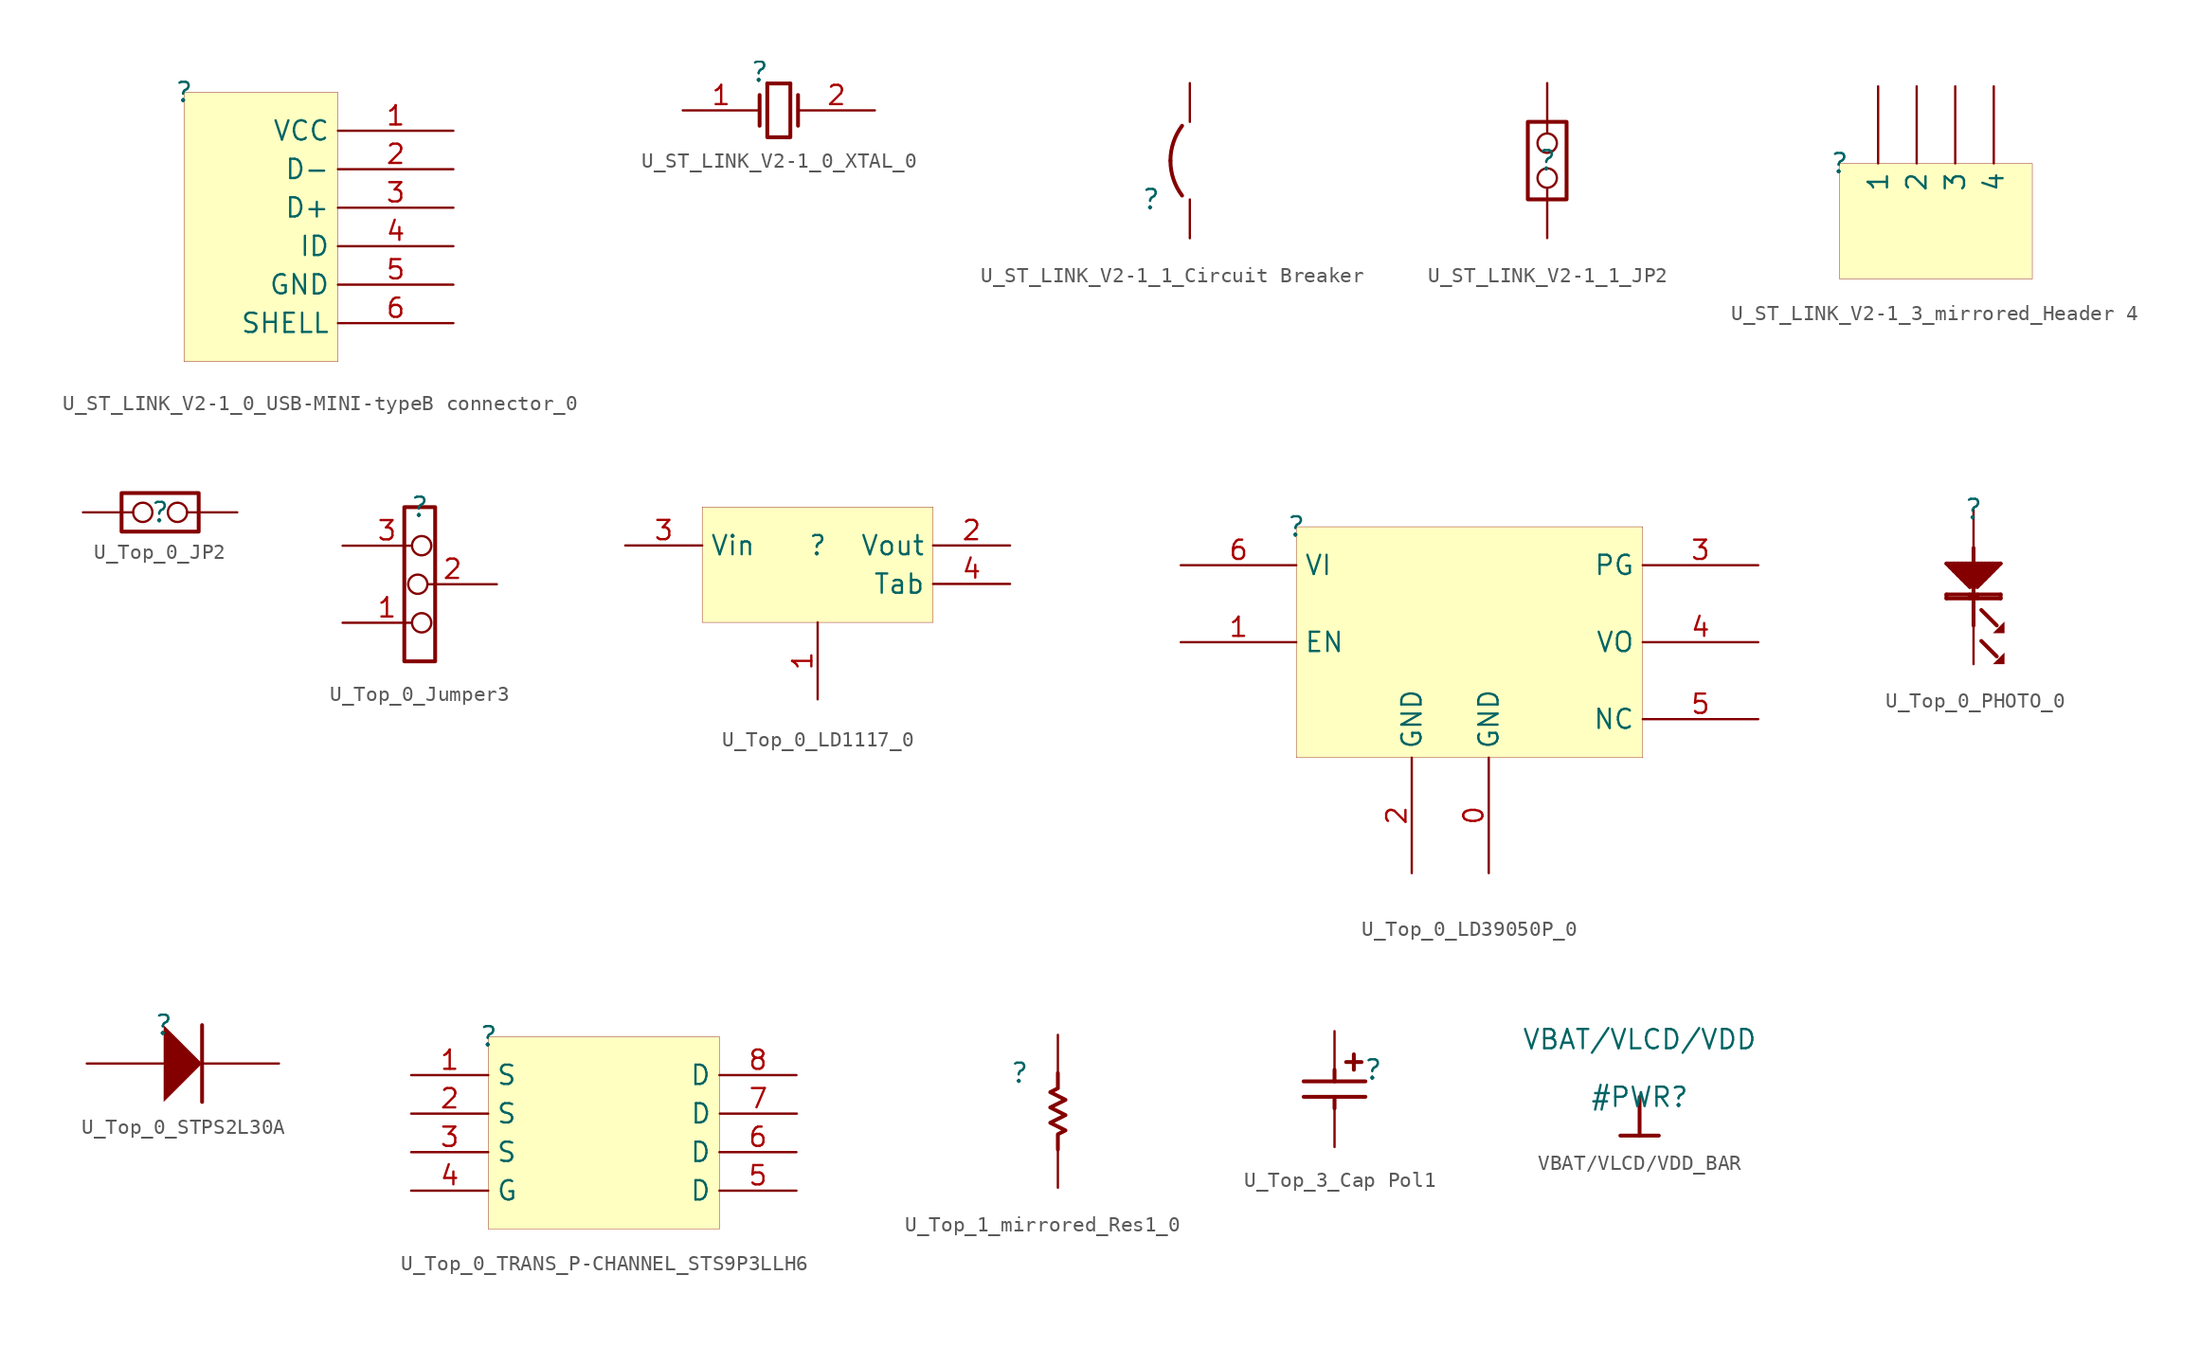
<source format=kicad_sym>
(kicad_symbol_lib
  (version 20231120)
  (generator "kicad_symbol_editor")
  (generator_version "8.0")
  (symbol "U_ST_LINK_V2-1_0_USB-MINI-typeB connector_0"
    (property "Reference" ""
      (at 0 0 0)
      (effects (font (size 1.27 1.27))))
    (property "Value" ""
      (at 0 0 0)
      (effects (font (size 1.27 1.27))))
    (symbol "U_ST_LINK_V2-1_0_USB-MINI-typeB connector_0_1_0"
      (rectangle (start 10.16 0) (end 0 -17.78) (stroke (width 0.025) (type solid) (color 128 0 0 1)) (fill (type background)))
      (pin power_in line (at 17.78 -2.54 180) (length 7.62) (name "VCC" (effects (font (size 1.27 1.27)))) (number "1" (effects (font (size 1.27 1.27)))))
      (pin bidirectional line (at 17.78 -5.08 180) (length 7.62) (name "D-" (effects (font (size 1.27 1.27)))) (number "2" (effects (font (size 1.27 1.27)))))
      (pin bidirectional line (at 17.78 -7.62 180) (length 7.62) (name "D+" (effects (font (size 1.27 1.27)))) (number "3" (effects (font (size 1.27 1.27)))))
      (pin input line (at 17.78 -10.16 180) (length 7.62) (name "ID" (effects (font (size 1.27 1.27)))) (number "4" (effects (font (size 1.27 1.27)))))
      (pin power_in line (at 17.78 -12.7 180) (length 7.62) (name "GND" (effects (font (size 1.27 1.27)))) (number "5" (effects (font (size 1.27 1.27)))))
      (pin power_in line (at 17.78 -15.24 180) (length 7.62) (name "SHELL" (effects (font (size 1.27 1.27)))) (number "6" (effects (font (size 1.27 1.27)))))))
  (symbol "U_ST_LINK_V2-1_0_XTAL_0"
    (property "Reference" ""
      (at 0 0 0)
      (effects (font (size 1.27 1.27))))
    (property "Value" ""
      (at 0 0 0)
      (effects (font (size 1.27 1.27))))
    (symbol "U_ST_LINK_V2-1_0_XTAL_0_1_0"
      (polyline (pts (xy 0 -1.524) (xy 0 -3.556)) (stroke (width 0.254) (type solid)) (fill (type none)))
      (polyline (pts (xy 0.508 -0.762) (xy 2.032 -0.762)) (stroke (width 0.254) (type solid)) (fill (type none)))
      (polyline (pts (xy 2.54 -1.524) (xy 2.54 -3.556)) (stroke (width 0.254) (type solid)) (fill (type none)))
      (polyline (pts (xy 2.032 -0.762) (xy 2.032 -4.318) (xy 0.508 -4.318) (xy 0.508 -0.762)) (stroke (width 0.254) (type solid)) (fill (type none)))
      (pin passive line (at -5.08 -2.54 0) (length 5.08) (name "OSC1" (effects (font (size 0 0)))) (number "1" (effects (font (size 1.27 1.27)))))
      (pin passive line (at 7.62 -2.54 180) (length 5.08) (name "OSC2" (effects (font (size 0 0)))) (number "2" (effects (font (size 1.27 1.27)))))))
  (symbol "U_ST_LINK_V2-1_1_Circuit Breaker"
    (property "Reference" ""
      (at 0 0 0)
      (effects (font (size 1.27 1.27))))
    (property "Value" ""
      (at 0 0 0)
      (effects (font (size 1.27 1.27))))
    (symbol "U_ST_LINK_V2-1_1_Circuit Breaker_1_0"
      (arc (start 1.27 2.54) (mid 1.4655 1.3352) (end 2.032 0.254) (stroke (width 0.254) (type solid)) (fill (type none)))
      (arc (start 2.032 4.826) (mid 1.4655 3.7448) (end 1.27 2.54) (stroke (width 0.254) (type solid)) (fill (type none)))
      (pin passive line (at 2.54 -2.54 90) (length 2.54) (name "1" (effects (font (size 0 0)))) (number "1" (effects (font (size 0 0)))))
      (pin passive line (at 2.54 7.62 270) (length 2.54) (name "2" (effects (font (size 0 0)))) (number "2" (effects (font (size 0 0)))))))
  (symbol "U_ST_LINK_V2-1_1_JP2"
    (property "Reference" ""
      (at 0 0 0)
      (effects (font (size 1.27 1.27))))
    (property "Value" ""
      (at 0 0 0)
      (effects (font (size 1.27 1.27))))
    (symbol "U_ST_LINK_V2-1_1_JP2_1_0"
      (polyline (pts (xy -1.27 -2.54) (xy -1.27 2.54) (xy 1.27 2.54) (xy 1.27 -2.54) (xy -1.27 -2.54)) (stroke (width 0.254) (type solid)) (fill (type none)))
      (pin passive inverted (at 0 -5.08 90) (length 4.572) (name "COMMON" (effects (font (size 0 0)))) (number "1" (effects (font (size 0 0)))))
      (pin passive inverted (at 0 5.08 270) (length 4.572) (name "NO" (effects (font (size 0 0)))) (number "2" (effects (font (size 0 0)))))))
  (symbol "U_ST_LINK_V2-1_3_mirrored_Header 4"
    (property "Reference" ""
      (at 0 0 0)
      (effects (font (size 1.27 1.27))))
    (property "Value" ""
      (at 0 0 0)
      (effects (font (size 1.27 1.27))))
    (symbol "U_ST_LINK_V2-1_3_mirrored_Header 4_1_0"
      (rectangle (start 12.7 0) (end 0 -7.62) (stroke (width 0.025) (type solid) (color 128 0 0 1)) (fill (type background)))
      (pin passive line (at 2.54 5.08 270) (length 5.08) (name "1" (effects (font (size 1.27 1.27)))) (number "1" (effects (font (size 0 0)))))
      (pin passive line (at 5.08 5.08 270) (length 5.08) (name "2" (effects (font (size 1.27 1.27)))) (number "2" (effects (font (size 0 0)))))
      (pin passive line (at 7.62 5.08 270) (length 5.08) (name "3" (effects (font (size 1.27 1.27)))) (number "3" (effects (font (size 0 0)))))
      (pin passive line (at 10.16 5.08 270) (length 5.08) (name "4" (effects (font (size 1.27 1.27)))) (number "4" (effects (font (size 0 0)))))))
  (symbol "U_Top_0_JP2"
    (property "Reference" ""
      (at 0 0 0)
      (effects (font (size 1.27 1.27))))
    (property "Value" ""
      (at 0 0 0)
      (effects (font (size 1.27 1.27))))
    (symbol "U_Top_0_JP2_1_0"
      (polyline (pts (xy -2.54 1.27) (xy 2.54 1.27) (xy 2.54 -1.27) (xy -2.54 -1.27) (xy -2.54 1.27)) (stroke (width 0.254) (type solid)) (fill (type none)))
      (pin passive inverted (at -5.08 0 0) (length 4.572) (name "COMMON" (effects (font (size 0 0)))) (number "1" (effects (font (size 0 0)))))
      (pin passive inverted (at 5.08 0 180) (length 4.572) (name "NO" (effects (font (size 0 0)))) (number "2" (effects (font (size 0 0)))))))
  (symbol "U_Top_0_Jumper3"
    (property "Reference" ""
      (at 0 0 0)
      (effects (font (size 1.27 1.27))))
    (property "Value" ""
      (at 0 0 0)
      (effects (font (size 1.27 1.27))))
    (symbol "U_Top_0_Jumper3_1_0"
      (polyline (pts (xy 1.016 0) (xy -1.016 0) (xy -1.016 -10.16) (xy 1.016 -10.16) (xy 1.016 0)) (stroke (width 0.254) (type solid)) (fill (type none)))
      (pin passive inverted (at -5.08 -7.62 0) (length 5.842) (name "" (effects (font (size 0 0)))) (number "1" (effects (font (size 1.27 1.27)))))
      (pin passive inverted (at 5.08 -5.08 180) (length 5.842) (name "" (effects (font (size 0 0)))) (number "2" (effects (font (size 1.27 1.27)))))
      (pin passive inverted (at -5.08 -2.54 0) (length 5.842) (name "" (effects (font (size 0 0)))) (number "3" (effects (font (size 1.27 1.27)))))))
  (symbol "U_Top_0_LD1117_0"
    (property "Reference" ""
      (at 0 0 0)
      (effects (font (size 1.27 1.27))))
    (property "Value" ""
      (at 0 0 0)
      (effects (font (size 1.27 1.27))))
    (symbol "U_Top_0_LD1117_0_1_0"
      (rectangle (start 7.62 2.54) (end -7.62 -5.08) (stroke (width 0.025) (type solid) (color 128 0 0 1)) (fill (type background)))
      (pin passive line (at 0 -10.16 90) (length 5.08) (name "" (effects (font (size 1.27 1.27)))) (number "1" (effects (font (size 1.27 1.27)))))
      (pin power_in line (at 12.7 0 180) (length 5.08) (name "Vout" (effects (font (size 1.27 1.27)))) (number "2" (effects (font (size 1.27 1.27)))))
      (pin input line (at -12.7 0 0) (length 5.08) (name "Vin" (effects (font (size 1.27 1.27)))) (number "3" (effects (font (size 1.27 1.27)))))
      (pin power_in line (at 12.7 -2.54 180) (length 5.08) (name "Tab" (effects (font (size 1.27 1.27)))) (number "4" (effects (font (size 1.27 1.27)))))))
  (symbol "U_Top_0_LD39050P_0"
    (property "Reference" ""
      (at 0 0 0)
      (effects (font (size 1.27 1.27))))
    (property "Value" ""
      (at 0 0 0)
      (effects (font (size 1.27 1.27))))
    (symbol "U_Top_0_LD39050P_0_1_0"
      (rectangle (start 22.86 0) (end 0 -15.24) (stroke (width 0.025) (type solid) (color 128 0 0 1)) (fill (type background)))
      (pin passive line (at 12.7 -22.86 90) (length 7.62) (name "GND" (effects (font (size 1.27 1.27)))) (number "0" (effects (font (size 1.27 1.27)))))
      (pin passive line (at -7.62 -7.62 0) (length 7.62) (name "EN" (effects (font (size 1.27 1.27)))) (number "1" (effects (font (size 1.27 1.27)))))
      (pin passive line (at 7.62 -22.86 90) (length 7.62) (name "GND" (effects (font (size 1.27 1.27)))) (number "2" (effects (font (size 1.27 1.27)))))
      (pin passive line (at 30.48 -2.54 180) (length 7.62) (name "PG" (effects (font (size 1.27 1.27)))) (number "3" (effects (font (size 1.27 1.27)))))
      (pin passive line (at 30.48 -7.62 180) (length 7.62) (name "VO" (effects (font (size 1.27 1.27)))) (number "4" (effects (font (size 1.27 1.27)))))
      (pin passive line (at 30.48 -12.7 180) (length 7.62) (name "NC" (effects (font (size 1.27 1.27)))) (number "5" (effects (font (size 1.27 1.27)))))
      (pin passive line (at -7.62 -2.54 0) (length 7.62) (name "VI" (effects (font (size 1.27 1.27)))) (number "6" (effects (font (size 1.27 1.27)))))))
  (symbol "U_Top_0_PHOTO_0"
    (property "Reference" ""
      (at 0 0 0)
      (effects (font (size 1.27 1.27))))
    (property "Value" ""
      (at 0 0 0)
      (effects (font (size 1.27 1.27))))
    (symbol "U_Top_0_PHOTO_0_1_0"
      (polyline (pts (xy -1.778 -5.588) (xy -1.778 -5.842)) (stroke (width 0.254) (type solid)) (fill (type none)))
      (polyline (pts (xy -1.27 -3.556) (xy -1.27 -4.064)) (stroke (width 0.254) (type solid)) (fill (type none)))
      (polyline (pts (xy -1.016 -3.556) (xy -1.016 -4.318)) (stroke (width 0.254) (type solid)) (fill (type none)))
      (polyline (pts (xy -0.762 -3.556) (xy -0.762 -4.572)) (stroke (width 0.254) (type solid)) (fill (type none)))
      (polyline (pts (xy -0.508 -3.556) (xy -0.508 -4.826)) (stroke (width 0.254) (type solid)) (fill (type none)))
      (polyline (pts (xy -0.254 -5.588) (xy -0.254 -5.842)) (stroke (width 0.254) (type solid)) (fill (type none)))
      (polyline (pts (xy -0.254 -5.08) (xy -1.778 -3.556)) (stroke (width 0.254) (type solid)) (fill (type none)))
      (polyline (pts (xy -0.254 -3.556) (xy -0.254 -5.08)) (stroke (width 0.254) (type solid)) (fill (type none)))
      (polyline (pts (xy 0 -2.54) (xy 0 -7.62)) (stroke (width 0.254) (type solid)) (fill (type none)))
      (polyline (pts (xy 0.254 -5.588) (xy 0.254 -5.842)) (stroke (width 0.254) (type solid)) (fill (type none)))
      (polyline (pts (xy 0.254 -5.08) (xy -0.254 -5.08)) (stroke (width 0.254) (type solid)) (fill (type none)))
      (polyline (pts (xy 0.254 -3.556) (xy 0.254 -5.08)) (stroke (width 0.254) (type solid)) (fill (type none)))
      (polyline (pts (xy 0.508 -8.636) (xy 1.524 -9.652)) (stroke (width 0.254) (type solid)) (fill (type none)))
      (polyline (pts (xy 0.508 -6.604) (xy 1.524 -7.62)) (stroke (width 0.254) (type solid)) (fill (type none)))
      (polyline (pts (xy 0.508 -4.826) (xy -0.508 -4.826)) (stroke (width 0.254) (type solid)) (fill (type none)))
      (polyline (pts (xy 0.508 -3.556) (xy 0.508 -4.826)) (stroke (width 0.254) (type solid)) (fill (type none)))
      (polyline (pts (xy 0.762 -4.572) (xy -0.762 -4.572)) (stroke (width 0.254) (type solid)) (fill (type none)))
      (polyline (pts (xy 0.762 -3.556) (xy 0.762 -4.572)) (stroke (width 0.254) (type solid)) (fill (type none)))
      (polyline (pts (xy 1.016 -4.318) (xy -1.016 -4.318)) (stroke (width 0.254) (type solid)) (fill (type none)))
      (polyline (pts (xy 1.016 -3.556) (xy 1.016 -4.318)) (stroke (width 0.254) (type solid)) (fill (type none)))
      (polyline (pts (xy 1.27 -4.064) (xy -1.27 -4.064)) (stroke (width 0.254) (type solid)) (fill (type none)))
      (polyline (pts (xy 1.27 -3.556) (xy 1.27 -4.064)) (stroke (width 0.254) (type solid)) (fill (type none)))
      (polyline (pts (xy 1.524 -3.81) (xy -1.524 -3.81)) (stroke (width 0.254) (type solid)) (fill (type none)))
      (polyline (pts (xy 1.778 -5.842) (xy -1.778 -5.842)) (stroke (width 0.254) (type solid)) (fill (type none)))
      (polyline (pts (xy 1.778 -5.588) (xy -1.778 -5.588)) (stroke (width 0.254) (type solid)) (fill (type none)))
      (polyline (pts (xy 1.778 -5.588) (xy 1.778 -5.842)) (stroke (width 0.254) (type solid)) (fill (type none)))
      (polyline (pts (xy 1.778 -3.556) (xy -1.778 -3.556)) (stroke (width 0.254) (type solid)) (fill (type none)))
      (polyline (pts (xy 1.778 -3.556) (xy 0.254 -5.08)) (stroke (width 0.254) (type solid)) (fill (type none)))
      (polyline (pts (xy 2.032 -9.398) (xy 2.032 -10.16) (xy 1.27 -10.16) (xy 2.032 -9.398)) (stroke (width -0.0001) (type solid)) (fill (type outline)))
      (polyline (pts (xy 2.032 -7.366) (xy 2.032 -8.128) (xy 1.27 -8.128) (xy 2.032 -7.366)) (stroke (width -0.0001) (type solid)) (fill (type outline)))
      (pin passive line (at 0 0 270) (length 2.54) (name "" (effects (font (size 0 0)))) (number "1" (effects (font (size 0 0)))))
      (pin passive line (at 0 -10.16 90) (length 2.54) (name "" (effects (font (size 0 0)))) (number "2" (effects (font (size 0 0)))))))
  (symbol "U_Top_0_STPS2L30A"
    (property "Reference" ""
      (at 0 0 0)
      (effects (font (size 1.27 1.27))))
    (property "Value" ""
      (at 0 0 0)
      (effects (font (size 1.27 1.27))))
    (symbol "U_Top_0_STPS2L30A_1_0"
      (polyline (pts (xy 2.54 0) (xy 2.54 -5.08)) (stroke (width 0.254) (type solid)) (fill (type none)))
      (polyline (pts (xy 0 -5.08) (xy 2.54 -2.54) (xy 0 0) (xy 0 -5.08)) (stroke (width -0.0001) (type solid)) (fill (type outline)))
      (pin passive line (at -5.08 -2.54 0) (length 5.08) (name "A" (effects (font (size 0 0)))) (number "1" (effects (font (size 0 0)))))
      (pin passive line (at 7.62 -2.54 180) (length 5.08) (name "K" (effects (font (size 0 0)))) (number "2" (effects (font (size 0 0)))))))
  (symbol "U_Top_0_TRANS_P-CHANNEL_STS9P3LLH6"
    (property "Reference" ""
      (at 0 0 0)
      (effects (font (size 1.27 1.27))))
    (property "Value" ""
      (at 0 0 0)
      (effects (font (size 1.27 1.27))))
    (symbol "U_Top_0_TRANS_P-CHANNEL_STS9P3LLH6_1_0"
      (rectangle (start 15.214 -0.001) (end -0.026 -12.701) (stroke (width 0.025) (type solid) (color 128 0 0 1)) (fill (type background)))
      (pin passive line (at -5.106 -2.541 0) (length 5.08) (name "S" (effects (font (size 1.27 1.27)))) (number "1" (effects (font (size 1.27 1.27)))))
      (pin passive line (at -5.106 -5.081 0) (length 5.08) (name "S" (effects (font (size 1.27 1.27)))) (number "2" (effects (font (size 1.27 1.27)))))
      (pin passive line (at -5.106 -7.621 0) (length 5.08) (name "S" (effects (font (size 1.27 1.27)))) (number "3" (effects (font (size 1.27 1.27)))))
      (pin passive line (at -5.106 -10.161 0) (length 5.08) (name "G" (effects (font (size 1.27 1.27)))) (number "4" (effects (font (size 1.27 1.27)))))
      (pin passive line (at 20.294 -10.161 180) (length 5.08) (name "D" (effects (font (size 1.27 1.27)))) (number "5" (effects (font (size 1.27 1.27)))))
      (pin passive line (at 20.294 -7.621 180) (length 5.08) (name "D" (effects (font (size 1.27 1.27)))) (number "6" (effects (font (size 1.27 1.27)))))
      (pin passive line (at 20.32 -5.08 180) (length 5.08) (name "D" (effects (font (size 1.27 1.27)))) (number "7" (effects (font (size 1.27 1.27)))))
      (pin passive line (at 20.294 -2.541 180) (length 5.08) (name "D" (effects (font (size 1.27 1.27)))) (number "8" (effects (font (size 1.27 1.27)))))))
  (symbol "U_Top_1_mirrored_Res1_0"
    (property "Reference" ""
      (at 0 0 0)
      (effects (font (size 1.27 1.27))))
    (property "Value" ""
      (at 0 0 0)
      (effects (font (size 1.27 1.27))))
    (symbol "U_Top_1_mirrored_Res1_0_1_0"
      (polyline (pts (xy 2.54 -5.08) (xy 2.54 -4.064) (xy 3.048 -3.81) (xy 2.032 -3.302) (xy 3.048 -2.794) (xy 2.032 -2.286) (xy 3.048 -1.778) (xy 2.032 -1.27) (xy 2.54 -1.016) (xy 2.54 0)) (stroke (width 0.254) (type solid)) (fill (type none)))
      (pin passive line (at 2.54 2.54 270) (length 2.54) (name "1" (effects (font (size 0 0)))) (number "1" (effects (font (size 0 0)))))
      (pin passive line (at 2.54 -7.62 90) (length 2.54) (name "2" (effects (font (size 0 0)))) (number "2" (effects (font (size 0 0)))))))
  (symbol "U_Top_3_Cap Pol1"
    (property "Reference" ""
      (at 0 0 0)
      (effects (font (size 1.27 1.27))))
    (property "Value" ""
      (at 0 0 0)
      (effects (font (size 1.27 1.27))))
    (symbol "U_Top_3_Cap Pol1_1_0"
      (polyline (pts (xy -4.572 -1.778) (xy -0.508 -1.778)) (stroke (width 0.254) (type solid)) (fill (type none)))
      (polyline (pts (xy -4.572 -0.762) (xy -0.508 -0.762)) (stroke (width 0.254) (type solid)) (fill (type none)))
      (polyline (pts (xy -2.54 -2.54) (xy -2.54 -1.778)) (stroke (width 0.254) (type solid)) (fill (type none)))
      (polyline (pts (xy -2.54 0) (xy -2.54 -0.762)) (stroke (width 0.254) (type solid)) (fill (type none)))
      (polyline (pts (xy -1.778 0.508) (xy -0.762 0.508)) (stroke (width 0.254) (type solid)) (fill (type none)))
      (polyline (pts (xy -1.27 0) (xy -1.27 1.016)) (stroke (width 0.254) (type solid)) (fill (type none)))
      (pin passive line (at -2.54 2.54 270) (length 2.54) (name "1" (effects (font (size 0 0)))) (number "1" (effects (font (size 0 0)))))
      (pin passive line (at -2.54 -5.08 90) (length 2.54) (name "2" (effects (font (size 0 0)))) (number "2" (effects (font (size 0 0)))))))
  (symbol "VBAT/VLCD/VDD_BAR"
    (power)
    (property "Reference" "#PWR"
      (at 0 0 0)
      (effects (font (size 1.27 1.27))))
    (property "Value" "VBAT/VLCD/VDD"
      (at 0 3.81 0)
      (effects (font (size 1.27 1.27))))
    (symbol "VBAT/VLCD/VDD_BAR_0_0"
      (polyline (pts (xy -1.27 -2.54) (xy 1.27 -2.54)) (stroke (width 0.254) (type solid)) (fill (type none)))
      (polyline (pts (xy 0 0) (xy 0 -2.54)) (stroke (width 0.254) (type solid)) (fill (type none)))
      (pin power_in line (at 0 0 0) (length 0) hide (name "VBAT/VLCD/VDD" (effects (font (size 1.27 1.27)))) (number "" (effects (font (size 1.27 1.27))))))))
</source>
